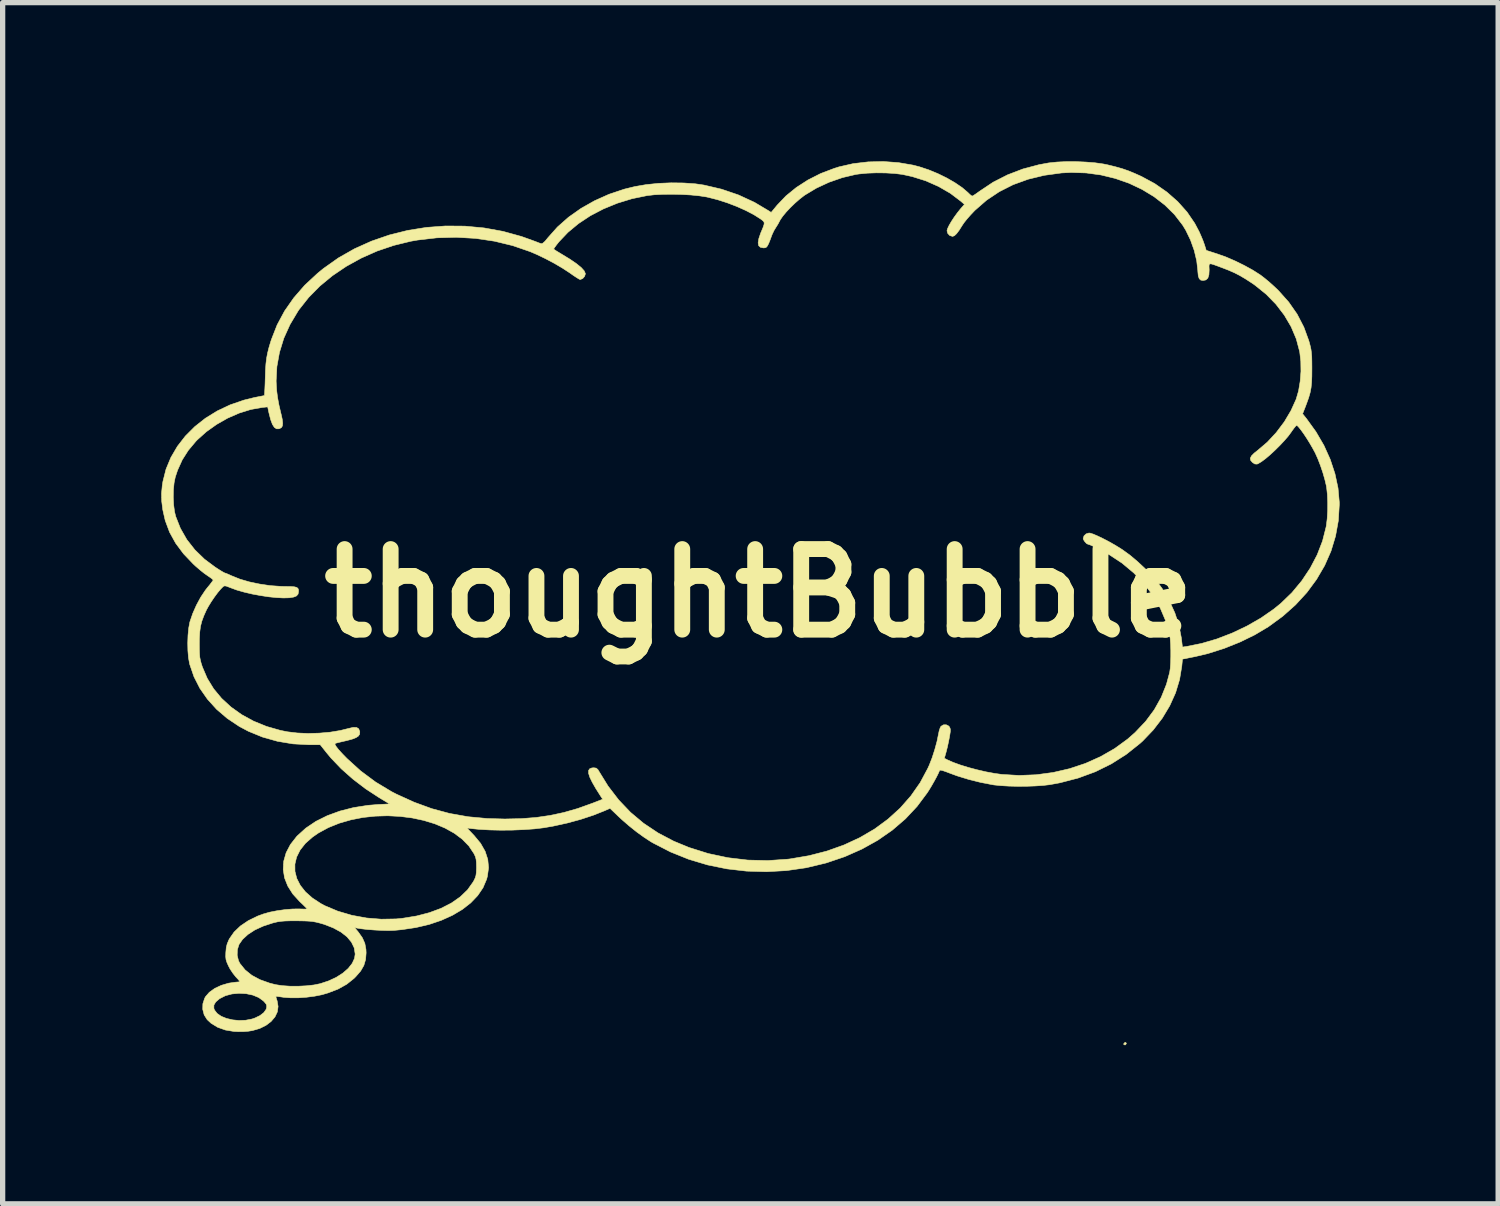
<source format=kicad_pcb>
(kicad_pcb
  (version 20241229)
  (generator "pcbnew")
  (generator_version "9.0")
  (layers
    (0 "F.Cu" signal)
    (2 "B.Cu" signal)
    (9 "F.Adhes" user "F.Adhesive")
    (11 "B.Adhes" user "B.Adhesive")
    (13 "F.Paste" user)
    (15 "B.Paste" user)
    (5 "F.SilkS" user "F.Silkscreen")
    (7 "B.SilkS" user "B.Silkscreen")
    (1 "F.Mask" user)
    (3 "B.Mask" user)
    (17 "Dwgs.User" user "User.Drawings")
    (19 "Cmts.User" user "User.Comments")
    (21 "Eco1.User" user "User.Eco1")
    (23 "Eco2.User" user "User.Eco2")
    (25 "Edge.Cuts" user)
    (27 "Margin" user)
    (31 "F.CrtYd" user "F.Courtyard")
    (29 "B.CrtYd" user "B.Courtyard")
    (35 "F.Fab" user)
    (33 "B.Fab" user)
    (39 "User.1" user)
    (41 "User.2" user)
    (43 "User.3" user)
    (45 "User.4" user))
  (footprint "thoughtBubble"
    (layer "F.Cu")
    (at 11.306 8.17)
    (property "Reference" "thoughtBubble" (at 0 0 0) (layer "F.SilkS") (effects (font (size 1.524 1.524) (thickness 0.3))))
    (attr through_hole)
    (fp_poly (pts (xy 6.949 8.517) (xy 6.934 8.542) (xy 6.92 8.545) (xy 6.899 8.535) (xy 6.898 8.524) (xy 6.917 8.5) (xy 6.938 8.497) (xy 6.949 8.517)) (stroke (width 0.01) (type solid)) (fill yes) (layer "F.SilkS"))
    (fp_poly (pts (xy 2.638 -8.144) (xy 2.913 -8.097) (xy 3.036 -8.065) (xy 3.211 -8.007) (xy 3.385 -7.935) (xy 3.554 -7.852) (xy 3.708 -7.763) (xy 3.843 -7.671) (xy 3.95 -7.58) (xy 3.972 -7.558) (xy 4.006 -7.527) (xy 4.031 -7.511) (xy 4.033 -7.511) (xy 4.054 -7.521) (xy 4.097 -7.549) (xy 4.153 -7.589) (xy 4.18 -7.608) (xy 4.429 -7.774) (xy 4.702 -7.913) (xy 4.992 -8.024) (xy 5.297 -8.105) (xy 5.483 -8.139) (xy 5.637 -8.155) (xy 5.81 -8.163) (xy 5.995 -8.163) (xy 6.18 -8.155) (xy 6.356 -8.141) (xy 6.512 -8.119) (xy 6.595 -8.102) (xy 6.745 -8.065) (xy 6.872 -8.029) (xy 6.987 -7.989) (xy 7.104 -7.941) (xy 7.233 -7.883) (xy 7.485 -7.747) (xy 7.715 -7.587) (xy 7.919 -7.408) (xy 8.096 -7.21) (xy 8.242 -6.996) (xy 8.327 -6.835) (xy 8.363 -6.753) (xy 8.398 -6.669) (xy 8.423 -6.599) (xy 8.428 -6.585) (xy 8.459 -6.485) (xy 8.67 -6.417) (xy 8.833 -6.359) (xy 9.006 -6.284) (xy 9.179 -6.199) (xy 9.341 -6.11) (xy 9.479 -6.022) (xy 9.49 -6.014) (xy 9.563 -5.958) (xy 9.651 -5.885) (xy 9.741 -5.804) (xy 9.824 -5.725) (xy 9.825 -5.724) (xy 10.018 -5.508) (xy 10.179 -5.277) (xy 10.306 -5.032) (xy 10.4 -4.774) (xy 10.41 -4.739) (xy 10.428 -4.67) (xy 10.441 -4.609) (xy 10.449 -4.547) (xy 10.455 -4.477) (xy 10.457 -4.39) (xy 10.458 -4.277) (xy 10.458 -4.245) (xy 10.457 -4.102) (xy 10.452 -3.985) (xy 10.442 -3.885) (xy 10.424 -3.792) (xy 10.397 -3.698) (xy 10.359 -3.592) (xy 10.337 -3.533) (xy 10.282 -3.393) (xy 10.358 -3.298) (xy 10.535 -3.053) (xy 10.685 -2.796) (xy 10.805 -2.53) (xy 10.894 -2.26) (xy 10.952 -1.989) (xy 10.976 -1.721) (xy 10.976 -1.671) (xy 10.958 -1.372) (xy 10.905 -1.08) (xy 10.819 -0.796) (xy 10.699 -0.523) (xy 10.546 -0.261) (xy 10.363 -0.013) (xy 10.149 0.22) (xy 9.906 0.436) (xy 9.634 0.635) (xy 9.634 0.635) (xy 9.377 0.788) (xy 9.096 0.925) (xy 8.799 1.044) (xy 8.497 1.14) (xy 8.255 1.198) (xy 8.01 1.247) (xy 7.997 1.381) (xy 7.955 1.634) (xy 7.879 1.885) (xy 7.769 2.129) (xy 7.628 2.364) (xy 7.457 2.587) (xy 7.258 2.795) (xy 7.207 2.841) (xy 6.946 3.049) (xy 6.664 3.228) (xy 6.362 3.377) (xy 6.038 3.496) (xy 5.693 3.586) (xy 5.497 3.622) (xy 5.376 3.636) (xy 5.228 3.646) (xy 5.064 3.652) (xy 4.894 3.653) (xy 4.728 3.649) (xy 4.575 3.64) (xy 4.446 3.627) (xy 4.416 3.622) (xy 4.193 3.579) (xy 3.965 3.522) (xy 3.747 3.455) (xy 3.619 3.408) (xy 3.532 3.375) (xy 3.473 3.355) (xy 3.437 3.347) (xy 3.419 3.35) (xy 3.414 3.357) (xy 3.394 3.403) (xy 3.36 3.472) (xy 3.316 3.553) (xy 3.267 3.639) (xy 3.218 3.72) (xy 3.182 3.776) (xy 2.99 4.033) (xy 2.77 4.268) (xy 2.521 4.482) (xy 2.246 4.673) (xy 1.946 4.84) (xy 1.623 4.983) (xy 1.278 5.1) (xy 1.26 5.105) (xy 0.893 5.193) (xy 0.519 5.247) (xy 0.142 5.268) (xy -0.235 5.257) (xy -0.608 5.214) (xy -0.975 5.139) (xy -1.331 5.032) (xy -1.674 4.894) (xy -2.001 4.726) (xy -2.041 4.703) (xy -2.17 4.619) (xy -2.313 4.516) (xy -2.457 4.401) (xy -2.593 4.283) (xy -2.652 4.228) (xy -2.818 4.069) (xy -2.919 4.114) (xy -3.133 4.199) (xy -3.372 4.278) (xy -3.626 4.347) (xy -3.885 4.404) (xy -4.073 4.437) (xy -4.248 4.458) (xy -4.447 4.472) (xy -4.662 4.481) (xy -4.881 4.483) (xy -5.094 4.478) (xy -5.291 4.467) (xy -5.424 4.454) (xy -5.524 4.441) (xy -5.388 4.584) (xy -5.266 4.731) (xy -5.18 4.882) (xy -5.13 5.035) (xy -5.115 5.192) (xy -5.137 5.353) (xy -5.152 5.411) (xy -5.22 5.571) (xy -5.321 5.72) (xy -5.453 5.858) (xy -5.612 5.982) (xy -5.798 6.092) (xy -6.008 6.187) (xy -6.238 6.265) (xy -6.489 6.324) (xy -6.756 6.364) (xy -6.903 6.378) (xy -7.007 6.381) (xy -7.134 6.378) (xy -7.271 6.371) (xy -7.405 6.361) (xy -7.525 6.347) (xy -7.584 6.338) (xy -7.647 6.326) (xy -7.578 6.41) (xy -7.502 6.518) (xy -7.455 6.624) (xy -7.434 6.739) (xy -7.431 6.804) (xy -7.441 6.929) (xy -7.474 7.041) (xy -7.535 7.147) (xy -7.627 7.253) (xy -7.661 7.287) (xy -7.799 7.397) (xy -7.96 7.487) (xy -8.149 7.56) (xy -8.268 7.595) (xy -8.404 7.622) (xy -8.557 7.642) (xy -8.713 7.653) (xy -8.862 7.653) (xy -8.99 7.644) (xy -9.007 7.641) (xy -9.07 7.632) (xy -9.117 7.626) (xy -9.138 7.626) (xy -9.138 7.626) (xy -9.135 7.644) (xy -9.123 7.685) (xy -9.114 7.711) (xy -9.096 7.817) (xy -9.11 7.919) (xy -9.155 8.014) (xy -9.228 8.1) (xy -9.325 8.174) (xy -9.444 8.233) (xy -9.582 8.273) (xy -9.665 8.286) (xy -9.748 8.292) (xy -9.845 8.293) (xy -9.933 8.289) (xy -10.095 8.262) (xy -10.24 8.21) (xy -10.364 8.134) (xy -10.438 8.065) (xy -10.494 7.976) (xy -10.521 7.873) (xy -10.521 7.852) (xy -10.311 7.852) (xy -10.299 7.884) (xy -10.249 7.949) (xy -10.171 8.003) (xy -10.072 8.043) (xy -9.957 8.07) (xy -9.834 8.082) (xy -9.709 8.077) (xy -9.589 8.054) (xy -9.539 8.037) (xy -9.44 7.99) (xy -9.366 7.933) (xy -9.322 7.87) (xy -9.314 7.842) (xy -9.311 7.804) (xy -9.322 7.772) (xy -9.354 7.733) (xy -9.373 7.713) (xy -9.462 7.648) (xy -9.573 7.602) (xy -9.7 7.575) (xy -9.834 7.568) (xy -9.968 7.58) (xy -10.092 7.613) (xy -10.199 7.667) (xy -10.205 7.671) (xy -10.275 7.731) (xy -10.31 7.79) (xy -10.311 7.852) (xy -10.521 7.852) (xy -10.519 7.766) (xy -10.486 7.664) (xy -10.469 7.632) (xy -10.396 7.548) (xy -10.294 7.475) (xy -10.17 7.417) (xy -10.031 7.376) (xy -9.915 7.359) (xy -9.862 7.354) (xy -9.826 7.351) (xy -9.817 7.349) (xy -9.825 7.337) (xy -9.852 7.304) (xy -9.893 7.26) (xy -9.896 7.257) (xy -9.95 7.189) (xy -10.004 7.108) (xy -10.036 7.047) (xy -10.065 6.981) (xy -10.081 6.929) (xy -10.087 6.874) (xy -10.086 6.848) (xy -9.87 6.848) (xy -9.845 6.951) (xy -9.818 7.004) (xy -9.72 7.125) (xy -9.594 7.227) (xy -9.439 7.31) (xy -9.254 7.376) (xy -9.144 7.404) (xy -9.022 7.423) (xy -8.876 7.433) (xy -8.719 7.434) (xy -8.562 7.426) (xy -8.418 7.41) (xy -8.3 7.386) (xy -8.14 7.333) (xy -7.996 7.266) (xy -7.871 7.186) (xy -7.77 7.098) (xy -7.695 7.003) (xy -7.65 6.906) (xy -7.638 6.825) (xy -7.656 6.709) (xy -7.708 6.601) (xy -7.792 6.5) (xy -7.907 6.41) (xy -8.051 6.331) (xy -8.222 6.264) (xy -8.309 6.239) (xy -8.377 6.222) (xy -8.442 6.21) (xy -8.512 6.203) (xy -8.598 6.199) (xy -8.707 6.197) (xy -8.754 6.197) (xy -8.873 6.197) (xy -8.965 6.2) (xy -9.039 6.206) (xy -9.103 6.215) (xy -9.167 6.23) (xy -9.198 6.238) (xy -9.378 6.297) (xy -9.535 6.369) (xy -9.666 6.454) (xy -9.768 6.548) (xy -9.835 6.644) (xy -9.866 6.742) (xy -9.87 6.848) (xy -10.086 6.848) (xy -10.085 6.802) (xy -10.084 6.788) (xy -10.076 6.701) (xy -10.059 6.633) (xy -10.03 6.563) (xy -10.015 6.534) (xy -9.928 6.409) (xy -9.809 6.295) (xy -9.66 6.194) (xy -9.482 6.107) (xy -9.377 6.068) (xy -9.257 6.034) (xy -9.115 6.006) (xy -8.965 5.985) (xy -8.819 5.973) (xy -8.697 5.972) (xy -8.628 5.974) (xy -8.575 5.974) (xy -8.548 5.973) (xy -8.545 5.972) (xy -8.558 5.958) (xy -8.591 5.925) (xy -8.64 5.877) (xy -8.687 5.833) (xy -8.818 5.689) (xy -8.913 5.539) (xy -8.974 5.384) (xy -8.999 5.226) (xy -8.993 5.125) (xy -8.778 5.125) (xy -8.777 5.261) (xy -8.743 5.395) (xy -8.676 5.526) (xy -8.578 5.65) (xy -8.447 5.766) (xy -8.285 5.872) (xy -8.212 5.911) (xy -7.967 6.014) (xy -7.703 6.092) (xy -7.426 6.143) (xy -7.144 6.166) (xy -6.864 6.161) (xy -6.749 6.15) (xy -6.479 6.106) (xy -6.233 6.042) (xy -6.012 5.96) (xy -5.817 5.86) (xy -5.65 5.743) (xy -5.512 5.61) (xy -5.407 5.462) (xy -5.391 5.434) (xy -5.367 5.383) (xy -5.353 5.336) (xy -5.346 5.279) (xy -5.343 5.201) (xy -5.343 5.18) (xy -5.345 5.095) (xy -5.351 5.035) (xy -5.363 4.986) (xy -5.385 4.938) (xy -5.391 4.926) (xy -5.487 4.782) (xy -5.613 4.653) (xy -5.764 4.54) (xy -5.938 4.443) (xy -6.131 4.362) (xy -6.34 4.298) (xy -6.56 4.251) (xy -6.789 4.222) (xy -7.023 4.21) (xy -7.258 4.217) (xy -7.492 4.242) (xy -7.719 4.287) (xy -7.938 4.35) (xy -8.144 4.433) (xy -8.334 4.536) (xy -8.445 4.613) (xy -8.58 4.732) (xy -8.68 4.859) (xy -8.746 4.991) (xy -8.778 5.125) (xy -8.993 5.125) (xy -8.989 5.067) (xy -8.944 4.909) (xy -8.863 4.754) (xy -8.747 4.605) (xy -8.733 4.59) (xy -8.572 4.444) (xy -8.382 4.316) (xy -8.165 4.208) (xy -7.927 4.121) (xy -7.668 4.055) (xy -7.394 4.012) (xy -7.208 3.997) (xy -6.986 3.986) (xy -7.186 3.866) (xy -7.44 3.7) (xy -7.681 3.516) (xy -7.902 3.32) (xy -8.096 3.117) (xy -8.184 3.011) (xy -8.298 2.867) (xy -8.517 2.866) (xy -8.815 2.85) (xy -9.108 2.801) (xy -9.391 2.721) (xy -9.659 2.611) (xy -9.832 2.519) (xy -10.058 2.368) (xy -10.259 2.196) (xy -10.431 2.006) (xy -10.575 1.8) (xy -10.687 1.58) (xy -10.766 1.35) (xy -10.771 1.33) (xy -10.791 1.22) (xy -10.802 1.087) (xy -10.805 0.942) (xy -10.8 0.796) (xy -10.787 0.662) (xy -10.766 0.55) (xy -10.762 0.535) (xy -10.71 0.383) (xy -10.641 0.227) (xy -10.56 0.077) (xy -10.473 -0.054) (xy -10.434 -0.104) (xy -10.386 -0.162) (xy -10.349 -0.211) (xy -10.327 -0.242) (xy -10.323 -0.249) (xy -10.338 -0.265) (xy -10.375 -0.294) (xy -10.428 -0.33) (xy -10.435 -0.335) (xy -10.496 -0.378) (xy -10.571 -0.438) (xy -10.65 -0.506) (xy -10.701 -0.553) (xy -10.885 -0.746) (xy -11.034 -0.946) (xy -11.149 -1.155) (xy -11.231 -1.375) (xy -11.277 -1.578) (xy -11.297 -1.737) (xy -11.299 -1.814) (xy -11.079 -1.814) (xy -11.072 -1.673) (xy -11.055 -1.544) (xy -11.033 -1.452) (xy -10.944 -1.227) (xy -10.823 -1.015) (xy -10.67 -0.82) (xy -10.489 -0.644) (xy -10.288 -0.494) (xy -10.219 -0.449) (xy -10.159 -0.412) (xy -10.117 -0.388) (xy -10.1 -0.381) (xy -10.077 -0.374) (xy -10.03 -0.354) (xy -9.971 -0.327) (xy -9.97 -0.327) (xy -9.819 -0.266) (xy -9.641 -0.214) (xy -9.446 -0.173) (xy -9.244 -0.143) (xy -9.043 -0.129) (xy -8.962 -0.127) (xy -8.861 -0.126) (xy -8.79 -0.121) (xy -8.746 -0.11) (xy -8.721 -0.092) (xy -8.71 -0.064) (xy -8.709 -0.037) (xy -8.718 0.017) (xy -8.748 0.052) (xy -8.8 0.073) (xy -8.884 0.087) (xy -8.996 0.09) (xy -9.129 0.083) (xy -9.277 0.068) (xy -9.432 0.044) (xy -9.589 0.015) (xy -9.741 -0.021) (xy -9.881 -0.061) (xy -10.003 -0.106) (xy -10.018 -0.112) (xy -10.072 -0.133) (xy -10.105 -0.139) (xy -10.129 -0.13) (xy -10.136 -0.125) (xy -10.182 -0.078) (xy -10.24 -0.009) (xy -10.302 0.075) (xy -10.363 0.165) (xy -10.416 0.252) (xy -10.451 0.316) (xy -10.502 0.43) (xy -10.539 0.531) (xy -10.564 0.629) (xy -10.578 0.735) (xy -10.585 0.858) (xy -10.586 0.962) (xy -10.585 1.068) (xy -10.582 1.148) (xy -10.577 1.211) (xy -10.566 1.267) (xy -10.551 1.325) (xy -10.528 1.396) (xy -10.527 1.398) (xy -10.437 1.609) (xy -10.316 1.807) (xy -10.165 1.989) (xy -9.987 2.153) (xy -9.785 2.297) (xy -9.56 2.42) (xy -9.315 2.52) (xy -9.052 2.595) (xy -8.917 2.622) (xy -8.733 2.644) (xy -8.53 2.653) (xy -8.319 2.647) (xy -8.112 2.629) (xy -7.919 2.597) (xy -7.766 2.559) (xy -7.676 2.538) (xy -7.611 2.54) (xy -7.571 2.565) (xy -7.552 2.615) (xy -7.551 2.624) (xy -7.554 2.667) (xy -7.577 2.702) (xy -7.622 2.732) (xy -7.694 2.76) (xy -7.798 2.788) (xy -7.812 2.791) (xy -7.89 2.809) (xy -7.957 2.825) (xy -8.002 2.837) (xy -8.016 2.841) (xy -8.021 2.858) (xy -7.999 2.898) (xy -7.951 2.96) (xy -7.876 3.042) (xy -7.793 3.127) (xy -7.535 3.361) (xy -7.253 3.571) (xy -6.951 3.753) (xy -6.858 3.801) (xy -6.524 3.953) (xy -6.19 4.075) (xy -5.852 4.166) (xy -5.503 4.228) (xy -5.138 4.262) (xy -4.808 4.271) (xy -4.499 4.264) (xy -4.215 4.242) (xy -3.948 4.203) (xy -3.688 4.147) (xy -3.427 4.072) (xy -3.157 3.975) (xy -3.143 3.97) (xy -2.956 3.897) (xy -2.994 3.84) (xy -3.086 3.695) (xy -3.154 3.576) (xy -3.2 3.481) (xy -3.223 3.408) (xy -3.224 3.355) (xy -3.203 3.322) (xy -3.161 3.305) (xy -3.125 3.302) (xy -3.078 3.309) (xy -3.046 3.337) (xy -3.034 3.358) (xy -2.855 3.648) (xy -2.654 3.91) (xy -2.43 4.145) (xy -2.183 4.352) (xy -1.91 4.534) (xy -1.612 4.691) (xy -1.326 4.809) (xy -0.961 4.924) (xy -0.589 5.003) (xy -0.212 5.048) (xy 0.167 5.057) (xy 0.545 5.031) (xy 0.587 5.026) (xy 0.945 4.965) (xy 1.286 4.877) (xy 1.608 4.762) (xy 1.908 4.623) (xy 2.187 4.46) (xy 2.441 4.273) (xy 2.671 4.064) (xy 2.873 3.834) (xy 3.048 3.584) (xy 3.192 3.315) (xy 3.22 3.254) (xy 3.275 3.113) (xy 3.325 2.957) (xy 3.367 2.803) (xy 3.394 2.67) (xy 3.408 2.603) (xy 3.426 2.548) (xy 3.442 2.518) (xy 3.488 2.49) (xy 3.542 2.489) (xy 3.589 2.513) (xy 3.601 2.528) (xy 3.614 2.553) (xy 3.62 2.581) (xy 3.618 2.623) (xy 3.608 2.687) (xy 3.602 2.723) (xy 3.584 2.814) (xy 3.563 2.911) (xy 3.542 2.994) (xy 3.541 2.999) (xy 3.506 3.122) (xy 3.562 3.151) (xy 3.67 3.199) (xy 3.805 3.248) (xy 3.96 3.296) (xy 4.126 3.34) (xy 4.294 3.379) (xy 4.457 3.409) (xy 4.594 3.428) (xy 4.919 3.447) (xy 5.243 3.434) (xy 5.563 3.391) (xy 5.875 3.319) (xy 6.175 3.219) (xy 6.461 3.091) (xy 6.728 2.938) (xy 6.972 2.76) (xy 7.114 2.635) (xy 7.313 2.425) (xy 7.477 2.204) (xy 7.608 1.97) (xy 7.707 1.723) (xy 7.768 1.497) (xy 7.779 1.42) (xy 7.786 1.318) (xy 7.789 1.201) (xy 7.789 1.078) (xy 7.785 0.961) (xy 7.778 0.86) (xy 7.767 0.789) (xy 7.695 0.53) (xy 7.589 0.28) (xy 7.452 0.043) (xy 7.284 -0.179) (xy 7.088 -0.384) (xy 6.867 -0.569) (xy 6.633 -0.723) (xy 6.559 -0.766) (xy 6.477 -0.81) (xy 6.397 -0.851) (xy 6.324 -0.886) (xy 6.266 -0.912) (xy 6.23 -0.925) (xy 6.225 -0.925) (xy 6.196 -0.939) (xy 6.164 -0.973) (xy 6.139 -1.011) (xy 6.132 -1.035) (xy 6.148 -1.085) (xy 6.188 -1.122) (xy 6.24 -1.138) (xy 6.26 -1.137) (xy 6.321 -1.118) (xy 6.405 -1.082) (xy 6.505 -1.034) (xy 6.615 -0.977) (xy 6.726 -0.914) (xy 6.833 -0.849) (xy 6.876 -0.821) (xy 7.014 -0.721) (xy 7.157 -0.601) (xy 7.299 -0.469) (xy 7.431 -0.332) (xy 7.545 -0.198) (xy 7.625 -0.089) (xy 7.759 0.139) (xy 7.866 0.373) (xy 7.943 0.608) (xy 7.987 0.838) (xy 7.988 0.841) (xy 8.009 1.019) (xy 8.091 1.007) (xy 8.373 0.95) (xy 8.662 0.865) (xy 8.95 0.754) (xy 9.23 0.621) (xy 9.495 0.469) (xy 9.737 0.301) (xy 9.87 0.193) (xy 10.08 -0.01) (xy 10.266 -0.234) (xy 10.426 -0.474) (xy 10.558 -0.726) (xy 10.659 -0.987) (xy 10.726 -1.251) (xy 10.731 -1.277) (xy 10.747 -1.407) (xy 10.756 -1.557) (xy 10.757 -1.713) (xy 10.751 -1.864) (xy 10.737 -1.995) (xy 10.731 -2.031) (xy 10.704 -2.145) (xy 10.666 -2.278) (xy 10.62 -2.414) (xy 10.571 -2.541) (xy 10.524 -2.646) (xy 10.523 -2.649) (xy 10.476 -2.736) (xy 10.423 -2.828) (xy 10.367 -2.919) (xy 10.311 -3.004) (xy 10.259 -3.077) (xy 10.215 -3.133) (xy 10.183 -3.167) (xy 10.169 -3.174) (xy 10.151 -3.16) (xy 10.12 -3.122) (xy 10.081 -3.069) (xy 10.07 -3.052) (xy 10.012 -2.973) (xy 9.937 -2.886) (xy 9.851 -2.794) (xy 9.759 -2.703) (xy 9.667 -2.618) (xy 9.58 -2.544) (xy 9.503 -2.487) (xy 9.441 -2.45) (xy 9.422 -2.442) (xy 9.379 -2.444) (xy 9.334 -2.473) (xy 9.3 -2.512) (xy 9.293 -2.552) (xy 9.314 -2.596) (xy 9.366 -2.649) (xy 9.433 -2.702) (xy 9.615 -2.857) (xy 9.784 -3.039) (xy 9.936 -3.241) (xy 10.063 -3.455) (xy 10.16 -3.669) (xy 10.206 -3.827) (xy 10.236 -4.007) (xy 10.251 -4.196) (xy 10.248 -4.385) (xy 10.228 -4.56) (xy 10.225 -4.575) (xy 10.162 -4.811) (xy 10.065 -5.04) (xy 9.936 -5.259) (xy 9.779 -5.464) (xy 9.595 -5.653) (xy 9.387 -5.821) (xy 9.328 -5.863) (xy 9.203 -5.944) (xy 9.095 -6.008) (xy 8.992 -6.061) (xy 8.882 -6.109) (xy 8.763 -6.155) (xy 8.664 -6.192) (xy 8.595 -6.217) (xy 8.551 -6.229) (xy 8.525 -6.228) (xy 8.514 -6.212) (xy 8.512 -6.181) (xy 8.514 -6.135) (xy 8.515 -6.117) (xy 8.51 -6.023) (xy 8.49 -5.96) (xy 8.452 -5.925) (xy 8.4 -5.915) (xy 8.356 -5.922) (xy 8.327 -5.949) (xy 8.309 -6) (xy 8.301 -6.08) (xy 8.3 -6.101) (xy 8.279 -6.287) (xy 8.232 -6.484) (xy 8.162 -6.68) (xy 8.073 -6.864) (xy 8.012 -6.964) (xy 7.86 -7.161) (xy 7.679 -7.34) (xy 7.472 -7.5) (xy 7.244 -7.638) (xy 6.999 -7.754) (xy 6.738 -7.845) (xy 6.467 -7.911) (xy 6.188 -7.949) (xy 5.905 -7.958) (xy 5.723 -7.949) (xy 5.396 -7.904) (xy 5.091 -7.83) (xy 4.807 -7.727) (xy 4.546 -7.595) (xy 4.305 -7.434) (xy 4.087 -7.244) (xy 4.073 -7.23) (xy 4.003 -7.156) (xy 3.936 -7.08) (xy 3.88 -7.01) (xy 3.846 -6.96) (xy 3.786 -6.865) (xy 3.737 -6.8) (xy 3.697 -6.762) (xy 3.663 -6.749) (xy 3.66 -6.749) (xy 3.608 -6.765) (xy 3.57 -6.806) (xy 3.556 -6.856) (xy 3.567 -6.896) (xy 3.596 -6.957) (xy 3.639 -7.031) (xy 3.692 -7.112) (xy 3.75 -7.192) (xy 3.808 -7.265) (xy 3.886 -7.354) (xy 3.816 -7.415) (xy 3.619 -7.564) (xy 3.396 -7.693) (xy 3.154 -7.8) (xy 2.899 -7.88) (xy 2.712 -7.921) (xy 2.567 -7.939) (xy 2.4 -7.949) (xy 2.224 -7.951) (xy 2.052 -7.945) (xy 1.897 -7.93) (xy 1.832 -7.921) (xy 1.578 -7.861) (xy 1.325 -7.773) (xy 1.086 -7.662) (xy 0.868 -7.531) (xy 0.85 -7.518) (xy 0.769 -7.455) (xy 0.682 -7.379) (xy 0.595 -7.295) (xy 0.516 -7.211) (xy 0.451 -7.133) (xy 0.405 -7.067) (xy 0.395 -7.049) (xy 0.362 -6.986) (xy 0.324 -6.925) (xy 0.318 -6.916) (xy 0.284 -6.86) (xy 0.252 -6.793) (xy 0.243 -6.771) (xy 0.208 -6.676) (xy 0.181 -6.61) (xy 0.159 -6.568) (xy 0.139 -6.544) (xy 0.116 -6.534) (xy 0.088 -6.531) (xy 0.085 -6.531) (xy 0.028 -6.542) (xy -0.006 -6.573) (xy -0.016 -6.628) (xy -0.003 -6.708) (xy 0.033 -6.814) (xy 0.045 -6.841) (xy 0.077 -6.918) (xy 0.095 -6.971) (xy 0.099 -7.005) (xy 0.088 -7.031) (xy 0.062 -7.055) (xy 0.026 -7.081) (xy -0.097 -7.159) (xy -0.248 -7.238) (xy -0.418 -7.314) (xy -0.598 -7.383) (xy -0.781 -7.442) (xy -0.957 -7.487) (xy -0.993 -7.495) (xy -1.128 -7.516) (xy -1.288 -7.532) (xy -1.464 -7.542) (xy -1.644 -7.546) (xy -1.819 -7.544) (xy -1.979 -7.536) (xy -2.113 -7.521) (xy -2.401 -7.462) (xy -2.678 -7.377) (xy -2.942 -7.269) (xy -3.189 -7.14) (xy -3.414 -6.991) (xy -3.614 -6.825) (xy -3.785 -6.645) (xy -3.833 -6.584) (xy -3.863 -6.543) (xy -3.881 -6.515) (xy -3.883 -6.509) (xy -3.868 -6.497) (xy -3.829 -6.471) (xy -3.771 -6.436) (xy -3.733 -6.413) (xy -3.577 -6.318) (xy -3.454 -6.234) (xy -3.363 -6.16) (xy -3.307 -6.098) (xy -3.284 -6.046) (xy -3.284 -6.039) (xy -3.299 -5.992) (xy -3.334 -5.952) (xy -3.379 -5.933) (xy -3.384 -5.933) (xy -3.406 -5.943) (xy -3.45 -5.97) (xy -3.511 -6.01) (xy -3.58 -6.059) (xy -3.713 -6.146) (xy -3.869 -6.238) (xy -4.037 -6.327) (xy -4.206 -6.408) (xy -4.327 -6.46) (xy -4.658 -6.574) (xy -5.004 -6.658) (xy -5.361 -6.711) (xy -5.725 -6.732) (xy -6.091 -6.722) (xy -6.455 -6.68) (xy -6.586 -6.657) (xy -6.909 -6.578) (xy -7.222 -6.472) (xy -7.522 -6.339) (xy -7.805 -6.183) (xy -8.067 -6.006) (xy -8.306 -5.809) (xy -8.518 -5.594) (xy -8.7 -5.364) (xy -8.722 -5.331) (xy -8.871 -5.081) (xy -8.988 -4.822) (xy -9.07 -4.555) (xy -9.119 -4.285) (xy -9.133 -4.015) (xy -9.131 -3.968) (xy -9.123 -3.833) (xy -9.106 -3.701) (xy -9.08 -3.56) (xy -9.042 -3.397) (xy -9.041 -3.396) (xy -9.018 -3.292) (xy -9.009 -3.216) (xy -9.014 -3.165) (xy -9.034 -3.132) (xy -9.07 -3.113) (xy -9.081 -3.11) (xy -9.127 -3.11) (xy -9.167 -3.137) (xy -9.203 -3.193) (xy -9.236 -3.281) (xy -9.267 -3.402) (xy -9.273 -3.427) (xy -9.293 -3.524) (xy -9.399 -3.513) (xy -9.612 -3.475) (xy -9.831 -3.407) (xy -10.049 -3.312) (xy -10.258 -3.193) (xy -10.452 -3.055) (xy -10.624 -2.901) (xy -10.65 -2.874) (xy -10.795 -2.701) (xy -10.909 -2.522) (xy -10.997 -2.327) (xy -11.041 -2.195) (xy -11.063 -2.087) (xy -11.076 -1.956) (xy -11.079 -1.814) (xy -11.299 -1.814) (xy -11.301 -1.883) (xy -11.287 -2.033) (xy -11.275 -2.111) (xy -11.216 -2.345) (xy -11.124 -2.567) (xy -11.001 -2.777) (xy -10.85 -2.972) (xy -10.672 -3.15) (xy -10.471 -3.309) (xy -10.247 -3.447) (xy -10.004 -3.562) (xy -9.743 -3.652) (xy -9.544 -3.701) (xy -9.468 -3.716) (xy -9.406 -3.728) (xy -9.367 -3.736) (xy -9.357 -3.737) (xy -9.353 -3.755) (xy -9.35 -3.802) (xy -9.346 -3.875) (xy -9.342 -3.967) (xy -9.339 -4.069) (xy -9.334 -4.218) (xy -9.326 -4.34) (xy -9.313 -4.447) (xy -9.294 -4.546) (xy -9.268 -4.65) (xy -9.233 -4.766) (xy -9.222 -4.799) (xy -9.114 -5.075) (xy -8.973 -5.338) (xy -8.799 -5.587) (xy -8.593 -5.824) (xy -8.352 -6.048) (xy -8.24 -6.14) (xy -7.956 -6.341) (xy -7.652 -6.514) (xy -7.329 -6.659) (xy -6.993 -6.775) (xy -6.645 -6.862) (xy -6.289 -6.919) (xy -5.927 -6.946) (xy -5.564 -6.943) (xy -5.201 -6.909) (xy -4.843 -6.844) (xy -4.492 -6.747) (xy -4.291 -6.675) (xy -4.221 -6.649) (xy -4.162 -6.626) (xy -4.123 -6.612) (xy -4.117 -6.61) (xy -4.09 -6.619) (xy -4.048 -6.656) (xy -3.991 -6.725) (xy -3.991 -6.725) (xy -3.812 -6.926) (xy -3.603 -7.111) (xy -3.368 -7.277) (xy -3.112 -7.422) (xy -2.838 -7.545) (xy -2.549 -7.642) (xy -2.349 -7.691) (xy -2.135 -7.728) (xy -1.903 -7.752) (xy -1.662 -7.762) (xy -1.424 -7.759) (xy -1.2 -7.743) (xy -1.043 -7.72) (xy -0.709 -7.642) (xy -0.389 -7.533) (xy -0.086 -7.393) (xy 0.183 -7.233) (xy 0.23 -7.202) (xy 0.344 -7.34) (xy 0.51 -7.514) (xy 0.705 -7.673) (xy 0.925 -7.815) (xy 1.165 -7.937) (xy 1.422 -8.035) (xy 1.514 -8.064) (xy 1.782 -8.125) (xy 2.064 -8.158) (xy 2.353 -8.165) (xy 2.638 -8.144)) (stroke (width 0.01) (type solid)) (fill yes) (layer "F.SilkS")))
  (gr_rect
    (start -3 -3)
    (end 25.287 19.72)
    (stroke (width 0.1) (type default))
    (fill no)
    (layer "Edge.Cuts")))
</source>
